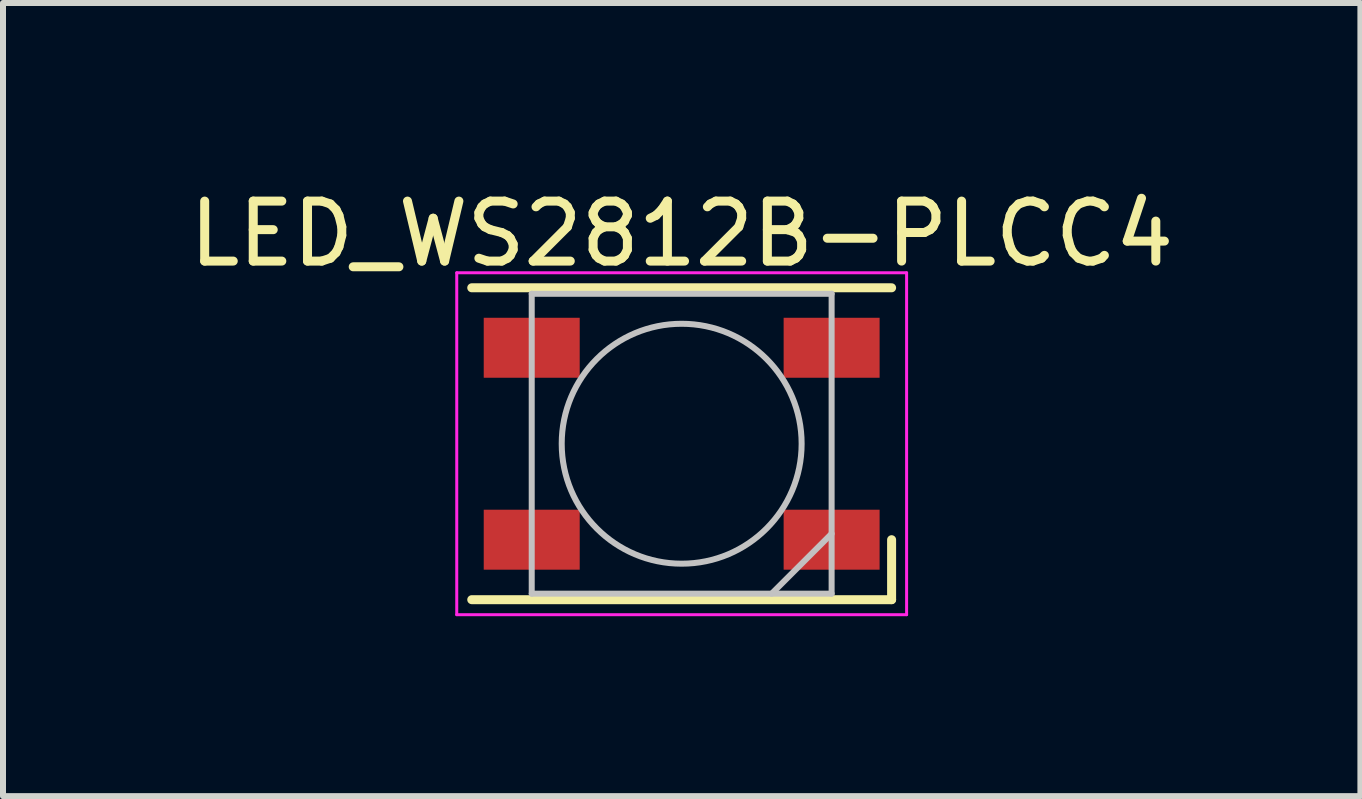
<source format=kicad_pcb>
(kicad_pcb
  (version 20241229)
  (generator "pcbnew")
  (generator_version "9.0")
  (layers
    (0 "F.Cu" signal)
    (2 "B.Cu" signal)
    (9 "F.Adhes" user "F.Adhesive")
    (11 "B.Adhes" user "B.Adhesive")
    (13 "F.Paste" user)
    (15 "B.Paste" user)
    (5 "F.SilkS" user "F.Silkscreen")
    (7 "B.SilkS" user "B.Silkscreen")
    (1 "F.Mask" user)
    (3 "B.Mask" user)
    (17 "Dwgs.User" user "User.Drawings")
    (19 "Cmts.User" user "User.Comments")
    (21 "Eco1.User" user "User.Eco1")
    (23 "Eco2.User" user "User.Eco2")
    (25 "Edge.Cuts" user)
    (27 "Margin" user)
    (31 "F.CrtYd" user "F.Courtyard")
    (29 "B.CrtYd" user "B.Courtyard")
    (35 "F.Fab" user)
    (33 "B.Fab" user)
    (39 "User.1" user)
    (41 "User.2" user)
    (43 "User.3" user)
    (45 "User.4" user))
  (footprint "LED_WS2812B-PLCC4"
    (layer "F.Cu")
    (at 8.315 4.348)
    (property "Reference" "LED_WS2812B-PLCC4" (at 0 -3.5 0) (layer "F.SilkS") (effects (font (size 1 1) (thickness 0.15))))
    (attr smd)
    (fp_line (start -3.5 -2.6) (end 3.5 -2.6) (stroke (width 0.15) (type solid)) (layer "F.SilkS"))
    (fp_line (start -3.5 2.6) (end 3.5 2.6) (stroke (width 0.15) (type solid)) (layer "F.SilkS"))
    (fp_line (start 3.5 2.6) (end 3.5 1.6) (stroke (width 0.15) (type solid)) (layer "F.SilkS"))
    (fp_line (start -2.5 -2.5) (end -2.5 2.5) (stroke (width 0.1) (type solid)) (layer "Dwgs.User"))
    (fp_line (start -2.5 2.5) (end 2.5 2.5) (stroke (width 0.1) (type solid)) (layer "Dwgs.User"))
    (fp_line (start 2.5 -2.5) (end -2.5 -2.5) (stroke (width 0.1) (type solid)) (layer "Dwgs.User"))
    (fp_line (start 2.5 1.5) (end 1.5 2.5) (stroke (width 0.1) (type solid)) (layer "Dwgs.User"))
    (fp_line (start 2.5 2.5) (end 2.5 -2.5) (stroke (width 0.1) (type solid)) (layer "Dwgs.User"))
    (fp_circle (center 0 0) (end 0 -2) (stroke (width 0.1) (type solid)) (fill no) (layer "Dwgs.User"))
    (fp_line (start -3.75 -2.85) (end -3.75 2.85) (stroke (width 0.05) (type solid)) (layer "F.CrtYd"))
    (fp_line (start -3.75 2.85) (end 3.75 2.85) (stroke (width 0.05) (type solid)) (layer "F.CrtYd"))
    (fp_line (start 3.75 -2.85) (end -3.75 -2.85) (stroke (width 0.05) (type solid)) (layer "F.CrtYd"))
    (fp_line (start 3.75 2.85) (end 3.75 -2.85) (stroke (width 0.05) (type solid)) (layer "F.CrtYd"))
    (pad "1" smd rect (at -2.5 -1.6) (size 1.6 1) (layers "F.Cu" "F.Mask" "F.Paste"))
    (pad "2" smd rect (at -2.5 1.6) (size 1.6 1) (layers "F.Cu" "F.Mask" "F.Paste"))
    (pad "3" smd rect (at 2.5 1.6) (size 1.6 1) (layers "F.Cu" "F.Mask" "F.Paste"))
    (pad "4" smd rect (at 2.5 -1.6) (size 1.6 1) (layers "F.Cu" "F.Mask" "F.Paste")))
  (gr_rect
    (start -3 -3)
    (end 19.631 10.223)
    (stroke (width 0.1) (type default))
    (fill no)
    (layer "Edge.Cuts")))
</source>
